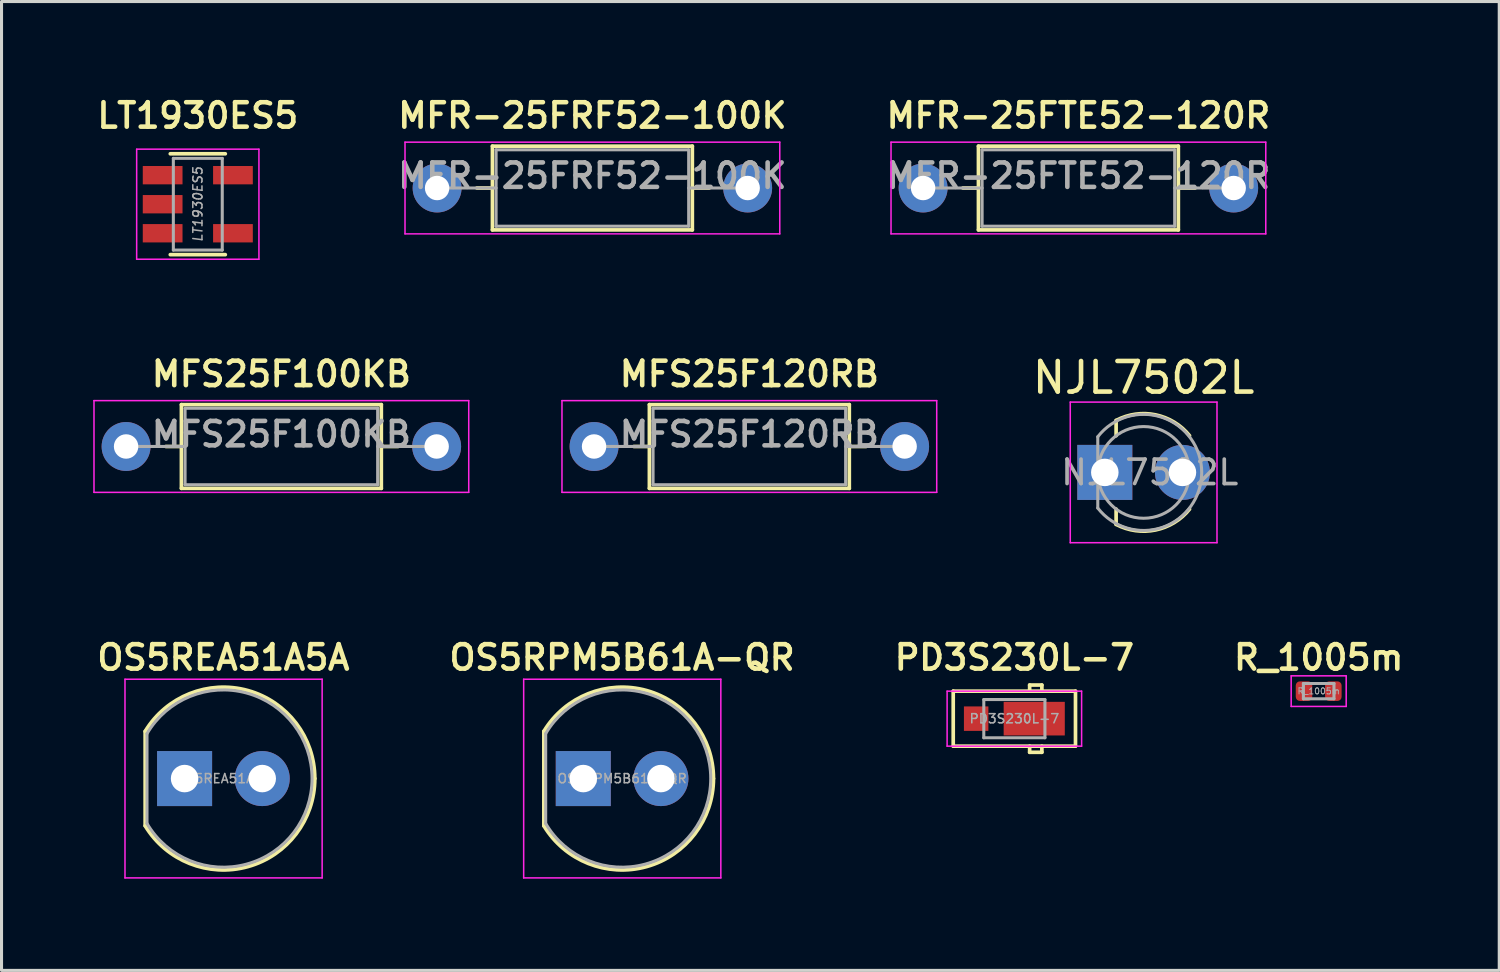
<source format=kicad_pcb>
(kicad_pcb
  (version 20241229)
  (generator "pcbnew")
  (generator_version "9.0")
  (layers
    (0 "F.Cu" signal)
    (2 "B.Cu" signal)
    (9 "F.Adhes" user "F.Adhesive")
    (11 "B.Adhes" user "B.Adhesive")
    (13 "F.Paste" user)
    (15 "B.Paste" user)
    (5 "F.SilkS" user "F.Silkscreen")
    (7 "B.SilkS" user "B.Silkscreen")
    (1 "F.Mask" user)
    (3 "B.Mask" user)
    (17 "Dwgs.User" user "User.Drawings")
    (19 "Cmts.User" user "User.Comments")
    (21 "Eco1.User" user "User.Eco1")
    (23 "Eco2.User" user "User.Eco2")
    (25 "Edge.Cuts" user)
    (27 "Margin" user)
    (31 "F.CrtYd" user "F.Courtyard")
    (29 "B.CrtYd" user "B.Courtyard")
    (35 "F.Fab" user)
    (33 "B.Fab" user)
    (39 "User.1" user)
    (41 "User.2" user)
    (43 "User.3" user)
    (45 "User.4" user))
  (footprint "MFS25F120RB"
    (layer "F.Cu")
    (at 16.385 11.557)
    (property "Reference" "MFS25F120RB" (at 5.08 -2.37 0) (layer "F.SilkS") (effects (font (size 0.8 0.8) (thickness 0.15))))
    (attr through_hole)
    (fp_line (start 1.3 0) (end 1.81 0) (stroke (width 0.12) (type solid)) (layer "F.SilkS"))
    (fp_line (start 1.81 -1.37) (end 1.81 1.37) (stroke (width 0.12) (type solid)) (layer "F.SilkS"))
    (fp_line (start 1.81 1.37) (end 8.35 1.37) (stroke (width 0.12) (type solid)) (layer "F.SilkS"))
    (fp_line (start 8.35 -1.37) (end 1.81 -1.37) (stroke (width 0.12) (type solid)) (layer "F.SilkS"))
    (fp_line (start 8.35 1.37) (end 8.35 -1.37) (stroke (width 0.12) (type solid)) (layer "F.SilkS"))
    (fp_line (start 8.9 0) (end 8.35 0) (stroke (width 0.12) (type solid)) (layer "F.SilkS"))
    (fp_line (start -1.05 -1.5) (end -1.05 1.5) (stroke (width 0.05) (type solid)) (layer "F.CrtYd"))
    (fp_line (start -1.05 1.5) (end 11.21 1.5) (stroke (width 0.05) (type solid)) (layer "F.CrtYd"))
    (fp_line (start 11.21 -1.5) (end -1.05 -1.5) (stroke (width 0.05) (type solid)) (layer "F.CrtYd"))
    (fp_line (start 11.21 1.5) (end 11.21 -1.5) (stroke (width 0.05) (type solid)) (layer "F.CrtYd"))
    (fp_line (start 0 0) (end 1.93 0) (stroke (width 0.1) (type solid)) (layer "F.Fab"))
    (fp_line (start 1.93 -1.25) (end 1.93 1.25) (stroke (width 0.1) (type solid)) (layer "F.Fab"))
    (fp_line (start 1.93 1.25) (end 8.23 1.25) (stroke (width 0.1) (type solid)) (layer "F.Fab"))
    (fp_line (start 8.23 -1.25) (end 1.93 -1.25) (stroke (width 0.1) (type solid)) (layer "F.Fab"))
    (fp_line (start 8.23 1.25) (end 8.23 -1.25) (stroke (width 0.1) (type solid)) (layer "F.Fab"))
    (fp_line (start 10.16 0) (end 8.23 0) (stroke (width 0.1) (type solid)) (layer "F.Fab"))
    (fp_text user "${REFERENCE}" (at 5.08 -0.4 0) (layer "F.Fab") (effects (font (size 0.8 0.8) (thickness 0.15))))
    (pad "1" thru_hole circle (at 0 0) (size 1.6 1.6) (drill 0.8) (layers "*.Cu" "*.Mask"))
    (pad "2" thru_hole oval (at 10.16 0) (size 1.6 1.6) (drill 0.8) (layers "*.Cu" "*.Mask")))
  (footprint "OS5RPM5B61A-QR"
    (layer "F.Cu")
    (at 17.302 22.421)
    (property "Reference" "OS5RPM5B61A-QR" (at 0 -3.96 0) (layer "F.SilkS") (effects (font (size 0.8 0.8) (thickness 0.15))))
    (attr through_hole)
    (fp_line (start -2.56 -1.545) (end -2.56 1.545) (stroke (width 0.12) (type solid)) (layer "F.SilkS"))
    (fp_arc (start -2.56 -1.54483) (mid 0.802002 -2.880433) (end 2.99 0.000462) (stroke (width 0.12) (type solid)) (layer "F.SilkS"))
    (fp_arc (start 2.99 -0.000462) (mid 0.802002 2.880433) (end -2.56 1.54483) (stroke (width 0.12) (type solid)) (layer "F.SilkS"))
    (fp_line (start -3.22 -3.25) (end -3.22 3.25) (stroke (width 0.05) (type solid)) (layer "F.CrtYd"))
    (fp_line (start -3.22 3.25) (end 3.23 3.25) (stroke (width 0.05) (type solid)) (layer "F.CrtYd"))
    (fp_line (start 3.23 -3.25) (end -3.22 -3.25) (stroke (width 0.05) (type solid)) (layer "F.CrtYd"))
    (fp_line (start 3.23 3.25) (end 3.23 -3.25) (stroke (width 0.05) (type solid)) (layer "F.CrtYd"))
    (fp_line (start -2.5 -1.47) (end -2.5 1.47) (stroke (width 0.1) (type solid)) (layer "F.Fab"))
    (fp_arc (start -2.5 -1.469694) (mid 2.9 0.000016) (end -2.500016 1.469666) (stroke (width 0.1) (type solid)) (layer "F.Fab"))
    (fp_text user "${REFERENCE}" (at 0 0 0) (layer "F.Fab") (effects (font (size 0.3 0.3) (thickness 0.05))))
    (pad "1" thru_hole rect (at -1.27 0) (size 1.8 1.8) (drill 0.9) (layers "*.Cu" "*.Mask"))
    (pad "2" thru_hole circle (at 1.27 0) (size 1.8 1.8) (drill 0.9) (layers "*.Cu" "*.Mask")))
  (footprint "PD3S230L-7"
    (layer "F.Cu")
    (at 30.135 20.461)
    (property "Reference" "PD3S230L-7" (at 0 -2 0) (layer "F.SilkS") (effects (font (size 0.8 0.8) (thickness 0.15))))
    (attr smd)
    (fp_line (start -2 0.9) (end -2 -0.9) (stroke (width 0.12) (type solid)) (layer "F.SilkS"))
    (fp_line (start 0.5 -0.9) (end 0.5 -1.1) (stroke (width 0.12) (type solid)) (layer "F.SilkS"))
    (fp_line (start 0.5 0.9) (end 0.5 1.1) (stroke (width 0.12) (type solid)) (layer "F.SilkS"))
    (fp_line (start 0.5 1.1) (end 0.9 1.1) (stroke (width 0.12) (type solid)) (layer "F.SilkS"))
    (fp_line (start 0.9 -1.1) (end 0.5 -1.1) (stroke (width 0.12) (type solid)) (layer "F.SilkS"))
    (fp_line (start 0.9 -0.9) (end 0.9 -1.1) (stroke (width 0.12) (type solid)) (layer "F.SilkS"))
    (fp_line (start 0.9 0.9) (end 0.9 1.1) (stroke (width 0.12) (type solid)) (layer "F.SilkS"))
    (fp_line (start 2 -0.9) (end -2 -0.9) (stroke (width 0.12) (type solid)) (layer "F.SilkS"))
    (fp_line (start 2 0.9) (end -2 0.9) (stroke (width 0.12) (type solid)) (layer "F.SilkS"))
    (fp_line (start 2 0.9) (end 2 -0.9) (stroke (width 0.12) (type solid)) (layer "F.SilkS"))
    (fp_line (start -2.2 -0.9) (end 2.2 -0.9) (stroke (width 0.05) (type solid)) (layer "F.CrtYd"))
    (fp_line (start -2.2 0.9) (end -2.2 -0.9) (stroke (width 0.05) (type solid)) (layer "F.CrtYd"))
    (fp_line (start 2.2 -0.9) (end 2.2 0.9) (stroke (width 0.05) (type solid)) (layer "F.CrtYd"))
    (fp_line (start 2.2 0.9) (end -2.2 0.9) (stroke (width 0.05) (type solid)) (layer "F.CrtYd"))
    (fp_line (start -1 -0.625) (end -1 0.625) (stroke (width 0.1) (type solid)) (layer "F.Fab"))
    (fp_line (start -1 0.625) (end 1 0.625) (stroke (width 0.1) (type solid)) (layer "F.Fab"))
    (fp_line (start 1 -0.625) (end -1 -0.625) (stroke (width 0.1) (type solid)) (layer "F.Fab"))
    (fp_line (start 1 0.625) (end 1 -0.625) (stroke (width 0.1) (type solid)) (layer "F.Fab"))
    (fp_text user "${REFERENCE}" (at 0 0 0) (layer "F.Fab") (effects (font (size 0.3 0.3) (thickness 0.05))))
    (pad "1" smd rect (at -1.25 0) (size 0.8 0.8) (layers "F.Cu" "F.Mask" "F.Paste"))
    (pad "2" smd rect (at 0.65 0) (size 2 1.1) (layers "F.Cu" "F.Mask" "F.Paste")))
  (footprint "NJL7502L"
    (layer "F.Cu")
    (at 34.364 12.405)
    (property "Reference" "NJL7502L" (at 0 -3.1 0) (layer "F.SilkS") (effects (font (size 1 1) (thickness 0.15))))
    (attr through_hole)
    (fp_line (start -0.9 -1.7) (end -0.9 -1.2) (stroke (width 0.12) (type solid)) (layer "F.SilkS"))
    (fp_line (start -0.9 1.7) (end -0.9 1.2) (stroke (width 0.12) (type solid)) (layer "F.SilkS"))
    (fp_arc (start -0.9 -1.7) (mid 0.390775 -1.883426) (end 1.502031 -1.201625) (stroke (width 0.12) (type solid)) (layer "F.SilkS"))
    (fp_arc (start 1.502031 1.201625) (mid 0.390729 1.883203) (end -0.9 1.7) (stroke (width 0.12) (type solid)) (layer "F.SilkS"))
    (fp_line (start -2.4 -2.3) (end -2.4 2.3) (stroke (width 0.05) (type solid)) (layer "F.CrtYd"))
    (fp_line (start -2.4 2.3) (end 2.4 2.3) (stroke (width 0.05) (type solid)) (layer "F.CrtYd"))
    (fp_line (start 2.4 -2.3) (end -2.4 -2.3) (stroke (width 0.05) (type solid)) (layer "F.CrtYd"))
    (fp_line (start 2.4 2.3) (end 2.4 -2.3) (stroke (width 0.05) (type solid)) (layer "F.CrtYd"))
    (fp_line (start -1.5 -1.166) (end -1.5 1.166) (stroke (width 0.1) (type solid)) (layer "F.Fab"))
    (fp_arc (start -1.5 -1.16619) (mid 1.9 0.000452) (end -1.500555 1.165476) (stroke (width 0.1) (type solid)) (layer "F.Fab"))
    (fp_circle (center 0 0) (end 1.5 0) (stroke (width 0.1) (type solid)) (fill no) (layer "F.Fab"))
    (fp_text user "${REFERENCE}" (at 0.2 0 0) (layer "F.Fab") (effects (font (size 0.8 0.8) (thickness 0.12))))
    (pad "1" thru_hole rect (at -1.27 0) (size 1.8 1.8) (drill 0.9) (layers "*.Cu" "*.Mask"))
    (pad "2" thru_hole circle (at 1.27 0) (size 1.8 1.8) (drill 0.9) (layers "*.Cu" "*.Mask")))
  (footprint "LT1930ES5"
    (layer "F.Cu")
    (at 3.421 3.631)
    (property "Reference" "LT1930ES5" (at 0 -2.9 0) (layer "F.SilkS") (effects (font (size 0.8 0.8) (thickness 0.15))))
    (attr smd)
    (fp_line (start -0.9 1.65) (end 0.9 1.65) (stroke (width 0.12) (type solid)) (layer "F.SilkS"))
    (fp_line (start 0.9 -1.65) (end -0.9 -1.65) (stroke (width 0.12) (type solid)) (layer "F.SilkS"))
    (fp_line (start -2 -1.8) (end -2 1.8) (stroke (width 0.05) (type solid)) (layer "F.CrtYd"))
    (fp_line (start -2 -1.8) (end 2 -1.8) (stroke (width 0.05) (type solid)) (layer "F.CrtYd"))
    (fp_line (start 2 1.8) (end -2 1.8) (stroke (width 0.05) (type solid)) (layer "F.CrtYd"))
    (fp_line (start 2 1.8) (end 2 -1.8) (stroke (width 0.05) (type solid)) (layer "F.CrtYd"))
    (fp_line (start -0.8 -1.5) (end -0.8 1.5) (stroke (width 0.1) (type solid)) (layer "F.Fab"))
    (fp_line (start 0.8 -1.5) (end -0.8 -1.5) (stroke (width 0.1) (type solid)) (layer "F.Fab"))
    (fp_line (start 0.8 -1.5) (end 0.8 1.5) (stroke (width 0.1) (type solid)) (layer "F.Fab"))
    (fp_line (start 0.8 1.5) (end -0.8 1.5) (stroke (width 0.1) (type solid)) (layer "F.Fab"))
    (fp_text user "${REFERENCE}" (at 0 0 90) (layer "F.Fab") (effects (font (size 0.3 0.3) (thickness 0.05) (italic yes))))
    (pad "1" smd rect (at -1.15 -0.95) (size 1.3 0.6) (layers "F.Cu" "F.Mask" "F.Paste"))
    (pad "2" smd rect (at -1.15 0) (size 1.3 0.6) (layers "F.Cu" "F.Mask" "F.Paste"))
    (pad "3" smd rect (at -1.15 0.95) (size 1.3 0.6) (layers "F.Cu" "F.Mask" "F.Paste"))
    (pad "4" smd rect (at 1.15 0.95) (size 1.3 0.6) (layers "F.Cu" "F.Mask" "F.Paste"))
    (pad "5" smd rect (at 1.15 -0.95) (size 1.3 0.6) (layers "F.Cu" "F.Mask" "F.Paste")))
  (footprint "MFR-25FTE52-120R"
    (layer "F.Cu")
    (at 27.15 3.101)
    (property "Reference" "MFR-25FTE52-120R" (at 5.08 -2.37 0) (layer "F.SilkS") (effects (font (size 0.8 0.8) (thickness 0.15))))
    (attr through_hole)
    (fp_line (start 1.3 0) (end 1.81 0) (stroke (width 0.12) (type solid)) (layer "F.SilkS"))
    (fp_line (start 1.81 -1.37) (end 1.81 1.37) (stroke (width 0.12) (type solid)) (layer "F.SilkS"))
    (fp_line (start 1.81 1.37) (end 8.35 1.37) (stroke (width 0.12) (type solid)) (layer "F.SilkS"))
    (fp_line (start 8.35 -1.37) (end 1.81 -1.37) (stroke (width 0.12) (type solid)) (layer "F.SilkS"))
    (fp_line (start 8.35 1.37) (end 8.35 -1.37) (stroke (width 0.12) (type solid)) (layer "F.SilkS"))
    (fp_line (start 8.9 0) (end 8.35 0) (stroke (width 0.12) (type solid)) (layer "F.SilkS"))
    (fp_line (start -1.05 -1.5) (end -1.05 1.5) (stroke (width 0.05) (type solid)) (layer "F.CrtYd"))
    (fp_line (start -1.05 1.5) (end 11.21 1.5) (stroke (width 0.05) (type solid)) (layer "F.CrtYd"))
    (fp_line (start 11.21 -1.5) (end -1.05 -1.5) (stroke (width 0.05) (type solid)) (layer "F.CrtYd"))
    (fp_line (start 11.21 1.5) (end 11.21 -1.5) (stroke (width 0.05) (type solid)) (layer "F.CrtYd"))
    (fp_line (start 0 0) (end 1.93 0) (stroke (width 0.1) (type solid)) (layer "F.Fab"))
    (fp_line (start 1.93 -1.25) (end 1.93 1.25) (stroke (width 0.1) (type solid)) (layer "F.Fab"))
    (fp_line (start 1.93 1.25) (end 8.23 1.25) (stroke (width 0.1) (type solid)) (layer "F.Fab"))
    (fp_line (start 8.23 -1.25) (end 1.93 -1.25) (stroke (width 0.1) (type solid)) (layer "F.Fab"))
    (fp_line (start 8.23 1.25) (end 8.23 -1.25) (stroke (width 0.1) (type solid)) (layer "F.Fab"))
    (fp_line (start 10.16 0) (end 8.23 0) (stroke (width 0.1) (type solid)) (layer "F.Fab"))
    (fp_text user "${REFERENCE}" (at 5.08 -0.4 0) (layer "F.Fab") (effects (font (size 0.8 0.8) (thickness 0.15))))
    (pad "1" thru_hole circle (at 0 0) (size 1.6 1.6) (drill 0.8) (layers "*.Cu" "*.Mask"))
    (pad "2" thru_hole oval (at 10.16 0) (size 1.6 1.6) (drill 0.8) (layers "*.Cu" "*.Mask")))
  (footprint "R_1005m"
    (layer "F.Cu")
    (at 40.091 19.561)
    (property "Reference" "R_1005m" (at 0 -1.1 0) (layer "F.SilkS") (effects (font (size 0.8 0.8) (thickness 0.15))))
    (attr smd)
    (fp_line (start -0.9 -0.5) (end 0.9 -0.5) (stroke (width 0.05) (type solid)) (layer "F.CrtYd"))
    (fp_line (start -0.9 0.5) (end -0.9 -0.5) (stroke (width 0.05) (type solid)) (layer "F.CrtYd"))
    (fp_line (start 0.9 -0.5) (end 0.9 0.5) (stroke (width 0.05) (type solid)) (layer "F.CrtYd"))
    (fp_line (start 0.9 0.5) (end -0.9 0.5) (stroke (width 0.05) (type solid)) (layer "F.CrtYd"))
    (fp_line (start -0.5 -0.25) (end 0.5 -0.25) (stroke (width 0.1) (type solid)) (layer "F.Fab"))
    (fp_line (start -0.5 0.25) (end -0.5 -0.25) (stroke (width 0.1) (type solid)) (layer "F.Fab"))
    (fp_line (start 0.5 -0.25) (end 0.5 0.25) (stroke (width 0.1) (type solid)) (layer "F.Fab"))
    (fp_line (start 0.5 0.25) (end -0.5 0.25) (stroke (width 0.1) (type solid)) (layer "F.Fab"))
    (fp_text user "${REFERENCE}" (at 0 0 0) (layer "F.Fab") (effects (font (size 0.2 0.2) (thickness 0.03))))
    (pad "1" smd roundrect (at -0.48 0) (size 0.54 0.64) (layers "F.Cu" "F.Mask" "F.Paste") (roundrect_rratio 0.25))
    (pad "2" smd roundrect (at 0.48 0) (size 0.54 0.64) (layers "F.Cu" "F.Mask" "F.Paste") (roundrect_rratio 0.25)))
  (footprint "MFS25F100KB"
    (layer "F.Cu")
    (at 1.075 11.557)
    (property "Reference" "MFS25F100KB" (at 5.08 -2.37 0) (layer "F.SilkS") (effects (font (size 0.8 0.8) (thickness 0.15))))
    (attr through_hole)
    (fp_line (start 1.3 0) (end 1.81 0) (stroke (width 0.12) (type solid)) (layer "F.SilkS"))
    (fp_line (start 1.81 -1.37) (end 1.81 1.37) (stroke (width 0.12) (type solid)) (layer "F.SilkS"))
    (fp_line (start 1.81 1.37) (end 8.35 1.37) (stroke (width 0.12) (type solid)) (layer "F.SilkS"))
    (fp_line (start 8.35 -1.37) (end 1.81 -1.37) (stroke (width 0.12) (type solid)) (layer "F.SilkS"))
    (fp_line (start 8.35 1.37) (end 8.35 -1.37) (stroke (width 0.12) (type solid)) (layer "F.SilkS"))
    (fp_line (start 8.9 0) (end 8.35 0) (stroke (width 0.12) (type solid)) (layer "F.SilkS"))
    (fp_line (start -1.05 -1.5) (end -1.05 1.5) (stroke (width 0.05) (type solid)) (layer "F.CrtYd"))
    (fp_line (start -1.05 1.5) (end 11.21 1.5) (stroke (width 0.05) (type solid)) (layer "F.CrtYd"))
    (fp_line (start 11.21 -1.5) (end -1.05 -1.5) (stroke (width 0.05) (type solid)) (layer "F.CrtYd"))
    (fp_line (start 11.21 1.5) (end 11.21 -1.5) (stroke (width 0.05) (type solid)) (layer "F.CrtYd"))
    (fp_line (start 0 0) (end 1.93 0) (stroke (width 0.1) (type solid)) (layer "F.Fab"))
    (fp_line (start 1.93 -1.25) (end 1.93 1.25) (stroke (width 0.1) (type solid)) (layer "F.Fab"))
    (fp_line (start 1.93 1.25) (end 8.23 1.25) (stroke (width 0.1) (type solid)) (layer "F.Fab"))
    (fp_line (start 8.23 -1.25) (end 1.93 -1.25) (stroke (width 0.1) (type solid)) (layer "F.Fab"))
    (fp_line (start 8.23 1.25) (end 8.23 -1.25) (stroke (width 0.1) (type solid)) (layer "F.Fab"))
    (fp_line (start 10.16 0) (end 8.23 0) (stroke (width 0.1) (type solid)) (layer "F.Fab"))
    (fp_text user "${REFERENCE}" (at 5.08 -0.4 0) (layer "F.Fab") (effects (font (size 0.8 0.8) (thickness 0.15))))
    (pad "1" thru_hole circle (at 0 0) (size 1.6 1.6) (drill 0.8) (layers "*.Cu" "*.Mask"))
    (pad "2" thru_hole oval (at 10.16 0) (size 1.6 1.6) (drill 0.8) (layers "*.Cu" "*.Mask")))
  (footprint "OS5REA51A5A"
    (layer "F.Cu")
    (at 4.259 22.421)
    (property "Reference" "OS5REA51A5A" (at 0 -3.96 0) (layer "F.SilkS") (effects (font (size 0.8 0.8) (thickness 0.15))))
    (attr through_hole)
    (fp_line (start -2.56 -1.545) (end -2.56 1.545) (stroke (width 0.12) (type solid)) (layer "F.SilkS"))
    (fp_arc (start -2.56 -1.54483) (mid 0.802002 -2.880433) (end 2.99 0.000462) (stroke (width 0.12) (type solid)) (layer "F.SilkS"))
    (fp_arc (start 2.99 -0.000462) (mid 0.802002 2.880433) (end -2.56 1.54483) (stroke (width 0.12) (type solid)) (layer "F.SilkS"))
    (fp_line (start -3.22 -3.25) (end -3.22 3.25) (stroke (width 0.05) (type solid)) (layer "F.CrtYd"))
    (fp_line (start -3.22 3.25) (end 3.23 3.25) (stroke (width 0.05) (type solid)) (layer "F.CrtYd"))
    (fp_line (start 3.23 -3.25) (end -3.22 -3.25) (stroke (width 0.05) (type solid)) (layer "F.CrtYd"))
    (fp_line (start 3.23 3.25) (end 3.23 -3.25) (stroke (width 0.05) (type solid)) (layer "F.CrtYd"))
    (fp_line (start -2.5 -1.47) (end -2.5 1.47) (stroke (width 0.1) (type solid)) (layer "F.Fab"))
    (fp_arc (start -2.5 -1.469694) (mid 2.9 0.000016) (end -2.500016 1.469666) (stroke (width 0.1) (type solid)) (layer "F.Fab"))
    (fp_text user "${REFERENCE}" (at 0 0 0) (layer "F.Fab") (effects (font (size 0.3 0.3) (thickness 0.05))))
    (pad "1" thru_hole rect (at -1.27 0) (size 1.8 1.8) (drill 0.9) (layers "*.Cu" "*.Mask"))
    (pad "2" thru_hole circle (at 1.27 0) (size 1.8 1.8) (drill 0.9) (layers "*.Cu" "*.Mask")))
  (footprint "MFR-25FRF52-100K"
    (layer "F.Cu")
    (at 11.25 3.101)
    (property "Reference" "MFR-25FRF52-100K" (at 5.08 -2.37 0) (layer "F.SilkS") (effects (font (size 0.8 0.8) (thickness 0.15))))
    (attr through_hole)
    (fp_line (start 1.3 0) (end 1.81 0) (stroke (width 0.12) (type solid)) (layer "F.SilkS"))
    (fp_line (start 1.81 -1.37) (end 1.81 1.37) (stroke (width 0.12) (type solid)) (layer "F.SilkS"))
    (fp_line (start 1.81 1.37) (end 8.35 1.37) (stroke (width 0.12) (type solid)) (layer "F.SilkS"))
    (fp_line (start 8.35 -1.37) (end 1.81 -1.37) (stroke (width 0.12) (type solid)) (layer "F.SilkS"))
    (fp_line (start 8.35 1.37) (end 8.35 -1.37) (stroke (width 0.12) (type solid)) (layer "F.SilkS"))
    (fp_line (start 8.9 0) (end 8.35 0) (stroke (width 0.12) (type solid)) (layer "F.SilkS"))
    (fp_line (start -1.05 -1.5) (end -1.05 1.5) (stroke (width 0.05) (type solid)) (layer "F.CrtYd"))
    (fp_line (start -1.05 1.5) (end 11.21 1.5) (stroke (width 0.05) (type solid)) (layer "F.CrtYd"))
    (fp_line (start 11.21 -1.5) (end -1.05 -1.5) (stroke (width 0.05) (type solid)) (layer "F.CrtYd"))
    (fp_line (start 11.21 1.5) (end 11.21 -1.5) (stroke (width 0.05) (type solid)) (layer "F.CrtYd"))
    (fp_line (start 0 0) (end 1.93 0) (stroke (width 0.1) (type solid)) (layer "F.Fab"))
    (fp_line (start 1.93 -1.25) (end 1.93 1.25) (stroke (width 0.1) (type solid)) (layer "F.Fab"))
    (fp_line (start 1.93 1.25) (end 8.23 1.25) (stroke (width 0.1) (type solid)) (layer "F.Fab"))
    (fp_line (start 8.23 -1.25) (end 1.93 -1.25) (stroke (width 0.1) (type solid)) (layer "F.Fab"))
    (fp_line (start 8.23 1.25) (end 8.23 -1.25) (stroke (width 0.1) (type solid)) (layer "F.Fab"))
    (fp_line (start 10.16 0) (end 8.23 0) (stroke (width 0.1) (type solid)) (layer "F.Fab"))
    (fp_text user "${REFERENCE}" (at 5.08 -0.4 0) (layer "F.Fab") (effects (font (size 0.8 0.8) (thickness 0.15))))
    (pad "1" thru_hole circle (at 0 0) (size 1.6 1.6) (drill 0.8) (layers "*.Cu" "*.Mask"))
    (pad "2" thru_hole oval (at 10.16 0) (size 1.6 1.6) (drill 0.8) (layers "*.Cu" "*.Mask")))
  (gr_rect
    (start -3 -3)
    (end 45.998 28.696)
    (stroke (width 0.1) (type default))
    (fill no)
    (layer "Edge.Cuts")))
</source>
